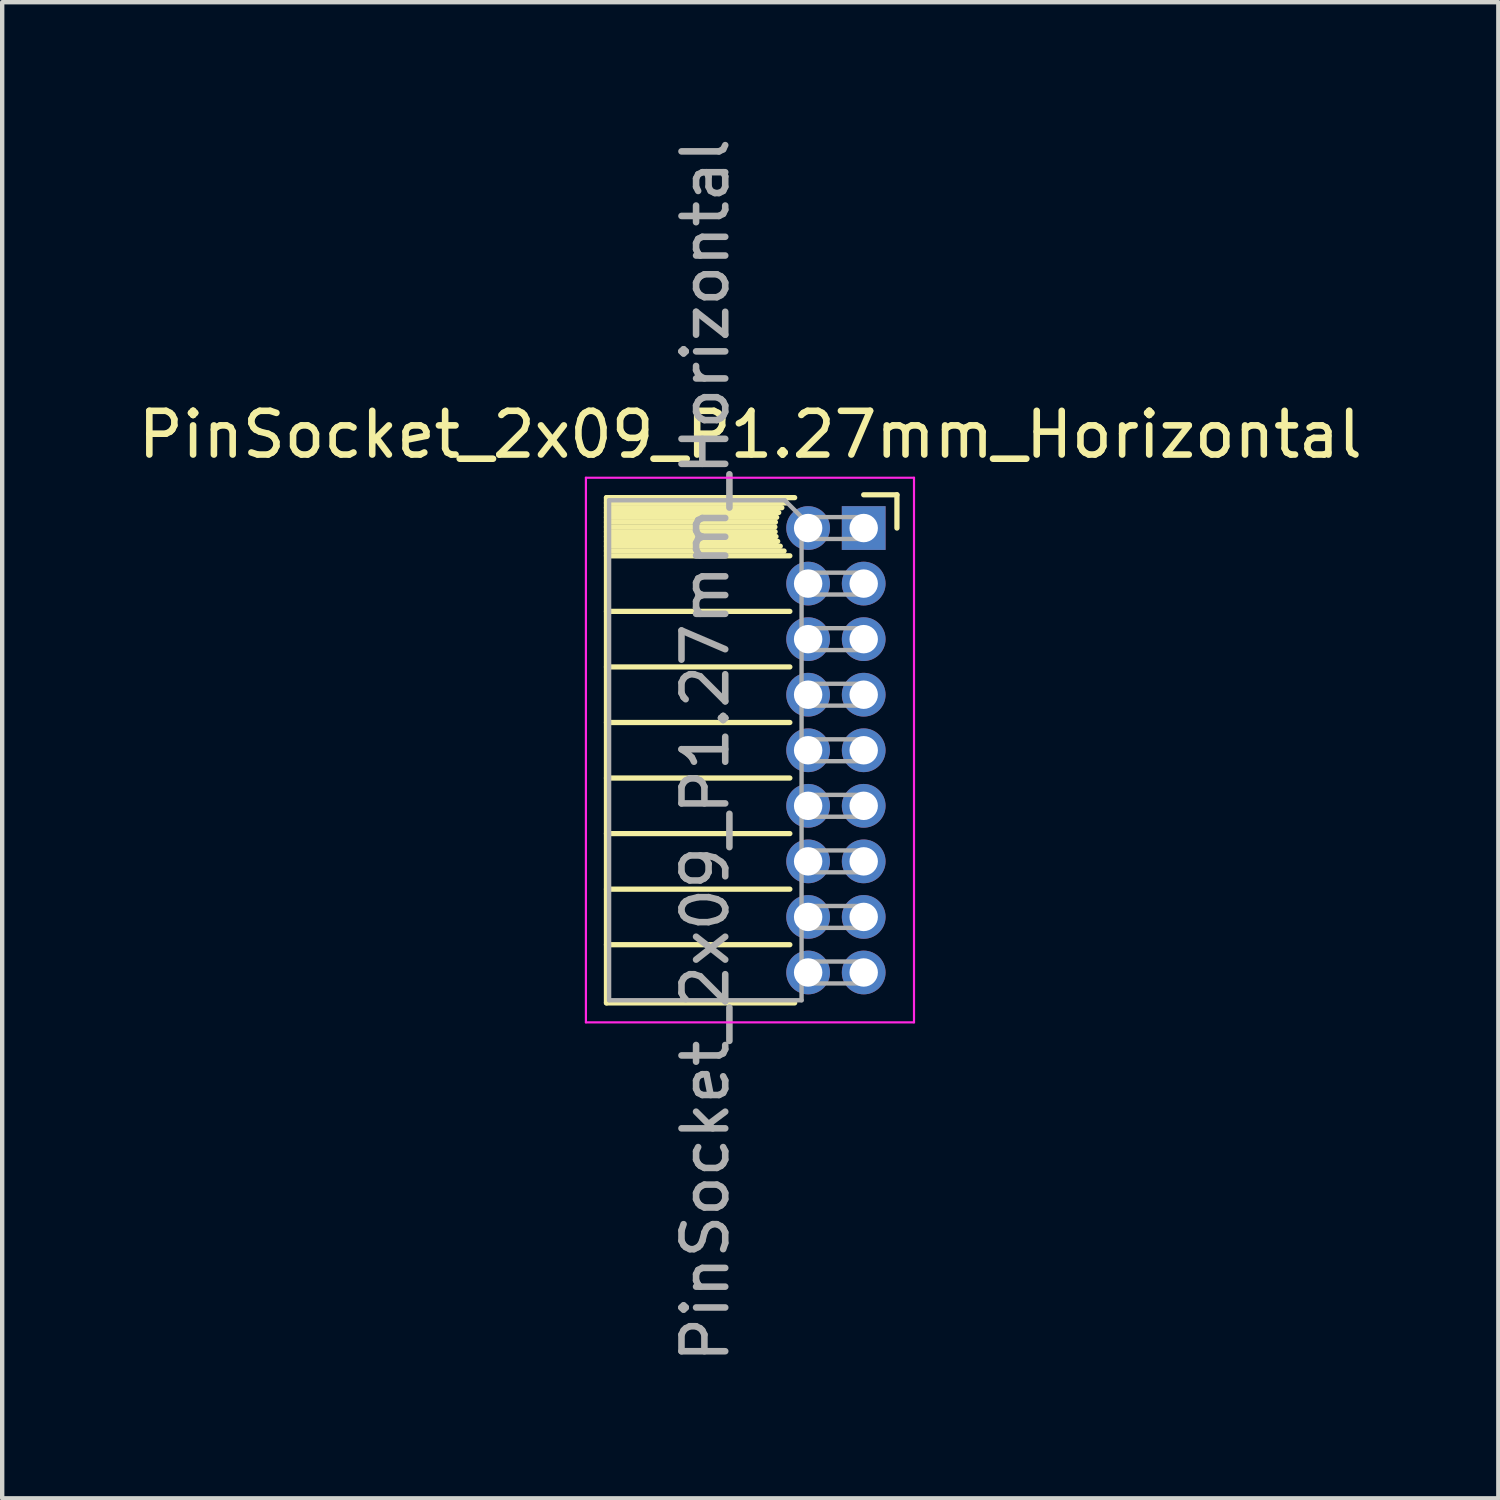
<source format=kicad_pcb>
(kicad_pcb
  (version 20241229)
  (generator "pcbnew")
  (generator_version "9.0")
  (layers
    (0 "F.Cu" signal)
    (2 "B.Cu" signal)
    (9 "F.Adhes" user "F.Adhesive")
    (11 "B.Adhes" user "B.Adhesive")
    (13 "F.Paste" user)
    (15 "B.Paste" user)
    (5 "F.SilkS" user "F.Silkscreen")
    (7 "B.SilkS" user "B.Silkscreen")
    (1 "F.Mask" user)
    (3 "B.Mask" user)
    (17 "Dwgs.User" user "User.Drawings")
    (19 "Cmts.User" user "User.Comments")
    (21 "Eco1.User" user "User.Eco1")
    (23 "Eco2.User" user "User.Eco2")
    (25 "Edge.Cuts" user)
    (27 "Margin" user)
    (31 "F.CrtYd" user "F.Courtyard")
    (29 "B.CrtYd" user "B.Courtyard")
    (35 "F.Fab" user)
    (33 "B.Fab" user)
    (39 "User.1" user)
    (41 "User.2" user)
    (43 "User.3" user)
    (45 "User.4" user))
  (footprint "PinSocket_2x09_P1.27mm_Horizontal"
    (layer "F.Cu")
    (at 16.694 9.021)
    (property "Reference" "PinSocket_2x09_P1.27mm_Horizontal" (at -2.592 -2.135 0) (layer "F.SilkS") (effects (font (size 1 1) (thickness 0.15))))
    (attr through_hole)
    (fp_line (start -5.88 -0.695) (end -5.88 10.855) (stroke (width 0.12) (type solid)) (layer "F.SilkS"))
    (fp_line (start -5.88 -0.695) (end -1.578 -0.695) (stroke (width 0.12) (type solid)) (layer "F.SilkS"))
    (fp_line (start -5.88 -0.575) (end -1.767 -0.575) (stroke (width 0.12) (type solid)) (layer "F.SilkS"))
    (fp_line (start -5.88 -0.465) (end -1.871 -0.465) (stroke (width 0.12) (type solid)) (layer "F.SilkS"))
    (fp_line (start -5.88 -0.355) (end -1.942 -0.355) (stroke (width 0.12) (type solid)) (layer "F.SilkS"))
    (fp_line (start -5.88 -0.245) (end -1.989 -0.245) (stroke (width 0.12) (type solid)) (layer "F.SilkS"))
    (fp_line (start -5.88 -0.135) (end -2.018 -0.135) (stroke (width 0.12) (type solid)) (layer "F.SilkS"))
    (fp_line (start -5.88 -0.025) (end -2.03 -0.025) (stroke (width 0.12) (type solid)) (layer "F.SilkS"))
    (fp_line (start -5.88 0.085) (end -2.025 0.085) (stroke (width 0.12) (type solid)) (layer "F.SilkS"))
    (fp_line (start -5.88 0.195) (end -2.005 0.195) (stroke (width 0.12) (type solid)) (layer "F.SilkS"))
    (fp_line (start -5.88 0.305) (end -1.966 0.305) (stroke (width 0.12) (type solid)) (layer "F.SilkS"))
    (fp_line (start -5.88 0.415) (end -1.907 0.415) (stroke (width 0.12) (type solid)) (layer "F.SilkS"))
    (fp_line (start -5.88 0.525) (end -1.82 0.525) (stroke (width 0.12) (type solid)) (layer "F.SilkS"))
    (fp_line (start -5.88 0.635) (end -1.688 0.635) (stroke (width 0.12) (type solid)) (layer "F.SilkS"))
    (fp_line (start -5.88 1.905) (end -1.688 1.905) (stroke (width 0.12) (type solid)) (layer "F.SilkS"))
    (fp_line (start -5.88 3.175) (end -1.688 3.175) (stroke (width 0.12) (type solid)) (layer "F.SilkS"))
    (fp_line (start -5.88 4.445) (end -1.688 4.445) (stroke (width 0.12) (type solid)) (layer "F.SilkS"))
    (fp_line (start -5.88 5.715) (end -1.688 5.715) (stroke (width 0.12) (type solid)) (layer "F.SilkS"))
    (fp_line (start -5.88 6.985) (end -1.688 6.985) (stroke (width 0.12) (type solid)) (layer "F.SilkS"))
    (fp_line (start -5.88 8.255) (end -1.688 8.255) (stroke (width 0.12) (type solid)) (layer "F.SilkS"))
    (fp_line (start -5.88 9.525) (end -1.688 9.525) (stroke (width 0.12) (type solid)) (layer "F.SilkS"))
    (fp_line (start -5.88 10.855) (end -1.578 10.855) (stroke (width 0.12) (type solid)) (layer "F.SilkS"))
    (fp_line (start 0 -0.76) (end 0.76 -0.76) (stroke (width 0.12) (type solid)) (layer "F.SilkS"))
    (fp_line (start 0.76 -0.76) (end 0.76 0) (stroke (width 0.12) (type solid)) (layer "F.SilkS"))
    (fp_line (start -6.35 -1.15) (end -6.35 11.3) (stroke (width 0.05) (type solid)) (layer "F.CrtYd"))
    (fp_line (start -6.35 11.3) (end 1.15 11.3) (stroke (width 0.05) (type solid)) (layer "F.CrtYd"))
    (fp_line (start 1.15 -1.15) (end -6.35 -1.15) (stroke (width 0.05) (type solid)) (layer "F.CrtYd"))
    (fp_line (start 1.15 11.3) (end 1.15 -1.15) (stroke (width 0.05) (type solid)) (layer "F.CrtYd"))
    (fp_line (start -5.82 -0.635) (end -1.805 -0.635) (stroke (width 0.1) (type solid)) (layer "F.Fab"))
    (fp_line (start -5.82 10.795) (end -5.82 -0.635) (stroke (width 0.1) (type solid)) (layer "F.Fab"))
    (fp_line (start -1.805 -0.635) (end -1.42 -0.25) (stroke (width 0.1) (type solid)) (layer "F.Fab"))
    (fp_line (start -1.42 -0.25) (end -1.42 10.795) (stroke (width 0.1) (type solid)) (layer "F.Fab"))
    (fp_line (start -1.42 0.25) (end 0 0.25) (stroke (width 0.1) (type solid)) (layer "F.Fab"))
    (fp_line (start -1.42 1.52) (end 0 1.52) (stroke (width 0.1) (type solid)) (layer "F.Fab"))
    (fp_line (start -1.42 2.79) (end 0 2.79) (stroke (width 0.1) (type solid)) (layer "F.Fab"))
    (fp_line (start -1.42 4.06) (end 0 4.06) (stroke (width 0.1) (type solid)) (layer "F.Fab"))
    (fp_line (start -1.42 5.33) (end 0 5.33) (stroke (width 0.1) (type solid)) (layer "F.Fab"))
    (fp_line (start -1.42 6.6) (end 0 6.6) (stroke (width 0.1) (type solid)) (layer "F.Fab"))
    (fp_line (start -1.42 7.87) (end 0 7.87) (stroke (width 0.1) (type solid)) (layer "F.Fab"))
    (fp_line (start -1.42 9.14) (end 0 9.14) (stroke (width 0.1) (type solid)) (layer "F.Fab"))
    (fp_line (start -1.42 10.41) (end 0 10.41) (stroke (width 0.1) (type solid)) (layer "F.Fab"))
    (fp_line (start -1.42 10.795) (end -5.82 10.795) (stroke (width 0.1) (type solid)) (layer "F.Fab"))
    (fp_line (start 0 -0.25) (end -1.42 -0.25) (stroke (width 0.1) (type solid)) (layer "F.Fab"))
    (fp_line (start 0 0.25) (end 0 -0.25) (stroke (width 0.1) (type solid)) (layer "F.Fab"))
    (fp_line (start 0 1.02) (end -1.42 1.02) (stroke (width 0.1) (type solid)) (layer "F.Fab"))
    (fp_line (start 0 1.52) (end 0 1.02) (stroke (width 0.1) (type solid)) (layer "F.Fab"))
    (fp_line (start 0 2.29) (end -1.42 2.29) (stroke (width 0.1) (type solid)) (layer "F.Fab"))
    (fp_line (start 0 2.79) (end 0 2.29) (stroke (width 0.1) (type solid)) (layer "F.Fab"))
    (fp_line (start 0 3.56) (end -1.42 3.56) (stroke (width 0.1) (type solid)) (layer "F.Fab"))
    (fp_line (start 0 4.06) (end 0 3.56) (stroke (width 0.1) (type solid)) (layer "F.Fab"))
    (fp_line (start 0 4.83) (end -1.42 4.83) (stroke (width 0.1) (type solid)) (layer "F.Fab"))
    (fp_line (start 0 5.33) (end 0 4.83) (stroke (width 0.1) (type solid)) (layer "F.Fab"))
    (fp_line (start 0 6.1) (end -1.42 6.1) (stroke (width 0.1) (type solid)) (layer "F.Fab"))
    (fp_line (start 0 6.6) (end 0 6.1) (stroke (width 0.1) (type solid)) (layer "F.Fab"))
    (fp_line (start 0 7.37) (end -1.42 7.37) (stroke (width 0.1) (type solid)) (layer "F.Fab"))
    (fp_line (start 0 7.87) (end 0 7.37) (stroke (width 0.1) (type solid)) (layer "F.Fab"))
    (fp_line (start 0 8.64) (end -1.42 8.64) (stroke (width 0.1) (type solid)) (layer "F.Fab"))
    (fp_line (start 0 9.14) (end 0 8.64) (stroke (width 0.1) (type solid)) (layer "F.Fab"))
    (fp_line (start 0 9.91) (end -1.42 9.91) (stroke (width 0.1) (type solid)) (layer "F.Fab"))
    (fp_line (start 0 10.41) (end 0 9.91) (stroke (width 0.1) (type solid)) (layer "F.Fab"))
    (fp_text user "${REFERENCE}" (at -3.62 5.08 90) (layer "F.Fab") (effects (font (size 1 1) (thickness 0.15))))
    (pad "1" thru_hole rect (at 0 0) (size 1 1) (drill 0.65) (layers "*.Cu" "*.Mask"))
    (pad "2" thru_hole oval (at -1.27 0) (size 1 1) (drill 0.65) (layers "*.Cu" "*.Mask"))
    (pad "3" thru_hole oval (at 0 1.27) (size 1 1) (drill 0.65) (layers "*.Cu" "*.Mask"))
    (pad "4" thru_hole oval (at -1.27 1.27) (size 1 1) (drill 0.65) (layers "*.Cu" "*.Mask"))
    (pad "5" thru_hole oval (at 0 2.54) (size 1 1) (drill 0.65) (layers "*.Cu" "*.Mask"))
    (pad "6" thru_hole oval (at -1.27 2.54) (size 1 1) (drill 0.65) (layers "*.Cu" "*.Mask"))
    (pad "7" thru_hole oval (at 0 3.81) (size 1 1) (drill 0.65) (layers "*.Cu" "*.Mask"))
    (pad "8" thru_hole oval (at -1.27 3.81) (size 1 1) (drill 0.65) (layers "*.Cu" "*.Mask"))
    (pad "9" thru_hole oval (at 0 5.08) (size 1 1) (drill 0.65) (layers "*.Cu" "*.Mask"))
    (pad "10" thru_hole oval (at -1.27 5.08) (size 1 1) (drill 0.65) (layers "*.Cu" "*.Mask"))
    (pad "11" thru_hole oval (at 0 6.35) (size 1 1) (drill 0.65) (layers "*.Cu" "*.Mask"))
    (pad "12" thru_hole oval (at -1.27 6.35) (size 1 1) (drill 0.65) (layers "*.Cu" "*.Mask"))
    (pad "13" thru_hole oval (at 0 7.62) (size 1 1) (drill 0.65) (layers "*.Cu" "*.Mask"))
    (pad "14" thru_hole oval (at -1.27 7.62) (size 1 1) (drill 0.65) (layers "*.Cu" "*.Mask"))
    (pad "15" thru_hole oval (at 0 8.89) (size 1 1) (drill 0.65) (layers "*.Cu" "*.Mask"))
    (pad "16" thru_hole oval (at -1.27 8.89) (size 1 1) (drill 0.65) (layers "*.Cu" "*.Mask"))
    (pad "17" thru_hole oval (at 0 10.16) (size 1 1) (drill 0.65) (layers "*.Cu" "*.Mask"))
    (pad "18" thru_hole oval (at -1.27 10.16) (size 1 1) (drill 0.65) (layers "*.Cu" "*.Mask")))
  (gr_rect
    (start -3 -3)
    (end 31.202 31.202)
    (stroke (width 0.1) (type default))
    (fill no)
    (layer "Edge.Cuts")))
</source>
